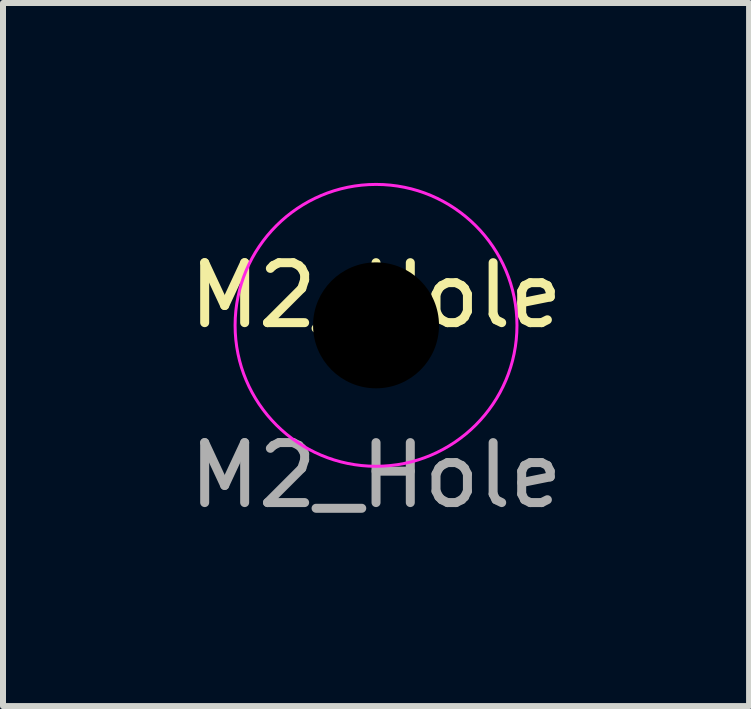
<source format=kicad_pcb>
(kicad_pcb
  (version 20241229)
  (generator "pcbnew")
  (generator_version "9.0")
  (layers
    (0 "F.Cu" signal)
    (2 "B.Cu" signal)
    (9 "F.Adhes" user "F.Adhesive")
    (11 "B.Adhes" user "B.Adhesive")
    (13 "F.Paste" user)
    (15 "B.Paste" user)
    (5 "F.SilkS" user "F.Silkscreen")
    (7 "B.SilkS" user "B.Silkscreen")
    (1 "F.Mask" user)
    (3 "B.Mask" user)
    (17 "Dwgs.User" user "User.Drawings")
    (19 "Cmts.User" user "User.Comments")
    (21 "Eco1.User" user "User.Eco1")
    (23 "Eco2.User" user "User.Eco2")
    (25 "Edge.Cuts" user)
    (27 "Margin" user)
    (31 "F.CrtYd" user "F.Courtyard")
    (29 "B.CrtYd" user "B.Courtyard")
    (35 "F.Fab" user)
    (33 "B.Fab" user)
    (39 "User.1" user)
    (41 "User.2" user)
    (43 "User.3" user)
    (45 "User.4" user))
  (footprint "M2_Hole"
    (layer "F.Cu")
    (at 3.22 2.375)
    (property "Reference" "M2_Hole" (at 0 -0.5 0) (unlocked yes) (layer "F.SilkS") (effects (font (size 1 1) (thickness 0.15))))
    (fp_circle (center 0 0) (end 2.35 0) (stroke (width 0.05) (type solid)) (fill no) (layer "F.CrtYd"))
    (fp_text user "${REFERENCE}" (at 0 2.5 0) (unlocked yes) (layer "F.Fab") (effects (font (size 1 1) (thickness 0.15))))
    (pad "" np_thru_hole circle (at 0 0) (size 4.5 4.5) (drill 2.1) (layers "*.Mask")))
  (gr_rect
    (start -3 -3)
    (end 9.44 8.723)
    (stroke (width 0.1) (type default))
    (fill no)
    (layer "Edge.Cuts")))
</source>
